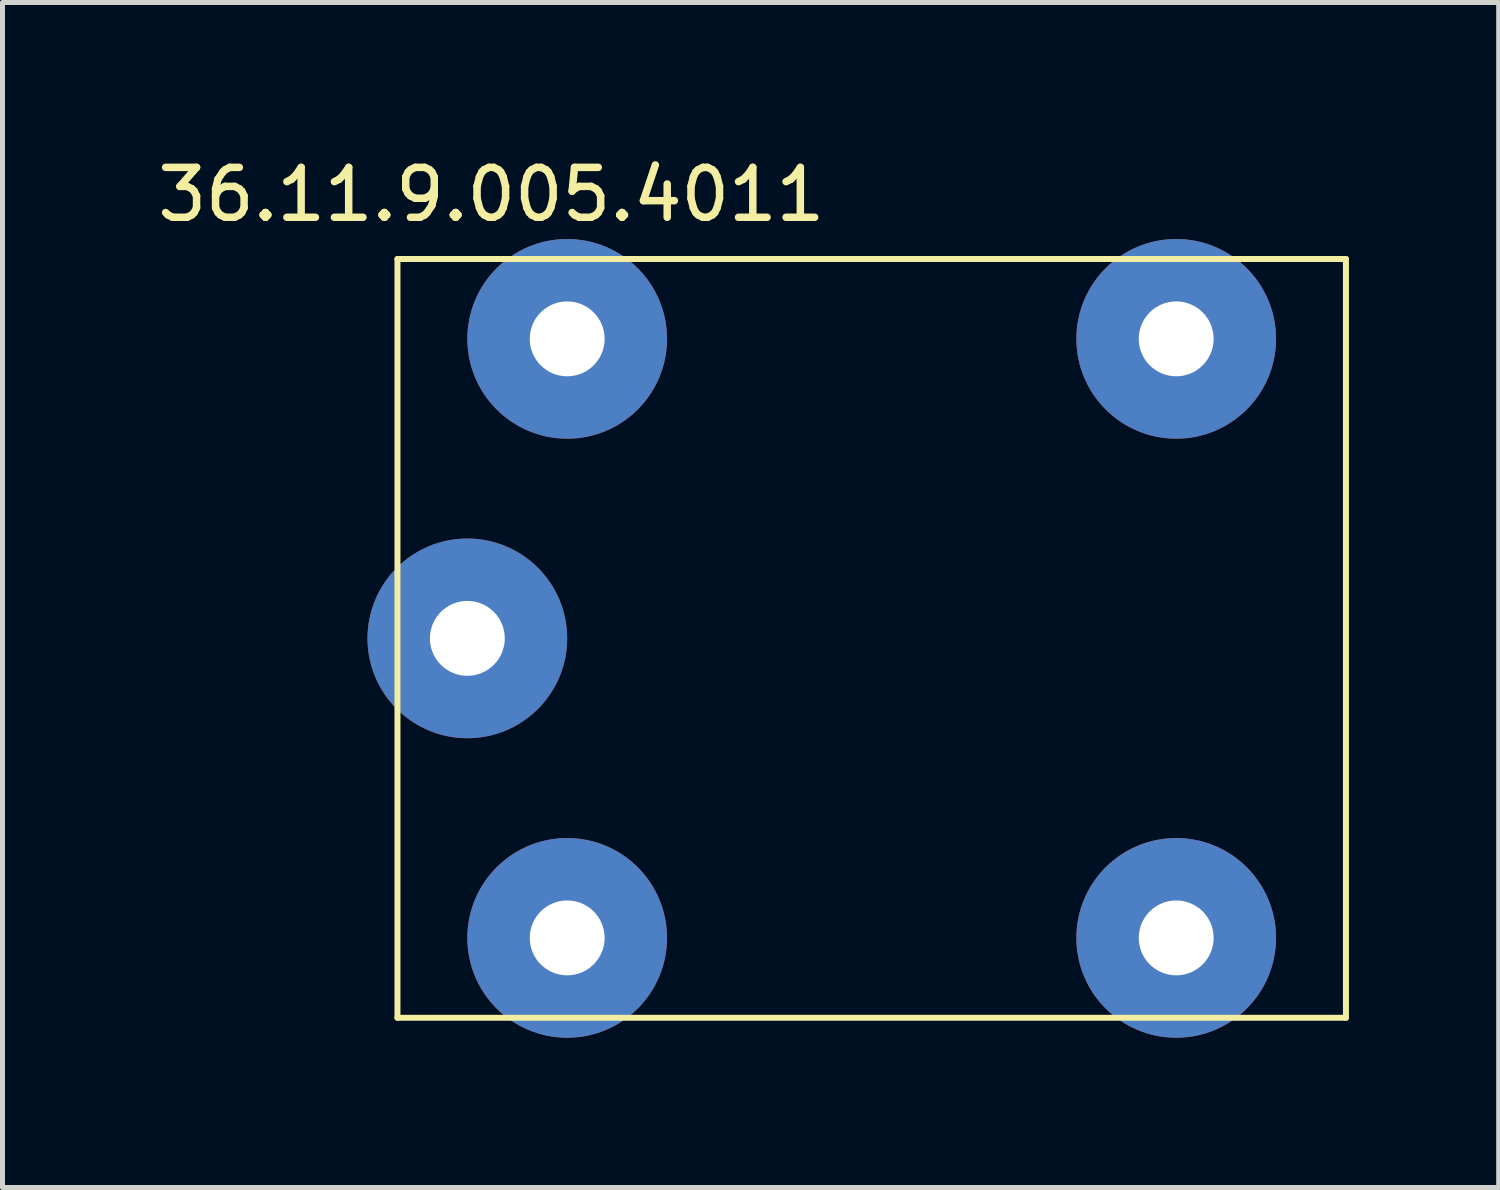
<source format=kicad_pcb>
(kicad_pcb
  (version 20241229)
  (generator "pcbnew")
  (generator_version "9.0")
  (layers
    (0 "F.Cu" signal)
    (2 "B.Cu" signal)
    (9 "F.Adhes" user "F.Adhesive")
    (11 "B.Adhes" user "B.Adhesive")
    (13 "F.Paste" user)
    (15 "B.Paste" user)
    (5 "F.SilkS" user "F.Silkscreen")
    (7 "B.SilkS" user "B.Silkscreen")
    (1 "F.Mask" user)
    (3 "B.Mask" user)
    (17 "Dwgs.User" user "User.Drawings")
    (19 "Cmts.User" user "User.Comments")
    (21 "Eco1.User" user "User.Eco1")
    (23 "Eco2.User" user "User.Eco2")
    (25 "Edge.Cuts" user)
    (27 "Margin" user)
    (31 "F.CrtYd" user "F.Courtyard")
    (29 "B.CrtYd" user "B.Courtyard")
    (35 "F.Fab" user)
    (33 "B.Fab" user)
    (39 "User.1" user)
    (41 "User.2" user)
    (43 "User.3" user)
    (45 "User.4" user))
  (footprint "36.11.9.005.4011"
    (layer "F.Cu")
    (at 14.412 9.738)
    (property "Reference" "36.11.9.005.4011" (at -7.62 -8.89 0) (layer "F.SilkS") (effects (font (size 1 1) (thickness 0.15))))
    (attr through_hole)
    (fp_line (start -9.5 7.6) (end -9.5 -7.6) (stroke (width 0.12) (type solid)) (layer "F.SilkS"))
    (fp_line (start 9.5 -7.6) (end -9.5 -7.6) (stroke (width 0.12) (type solid)) (layer "F.SilkS"))
    (fp_line (start 9.5 -7.6) (end 9.5 7.6) (stroke (width 0.12) (type solid)) (layer "F.SilkS"))
    (fp_line (start 9.5 7.6) (end -9.5 7.6) (stroke (width 0.12) (type solid)) (layer "F.SilkS"))
    (pad "11" thru_hole circle (at -8.1 0) (size 4 4) (drill 1.5) (layers "*.Cu" "*.Mask"))
    (pad "12" thru_hole circle (at 6.1 -6) (size 4 4) (drill 1.5) (layers "*.Cu" "*.Mask"))
    (pad "14" thru_hole circle (at 6.1 6) (size 4 4) (drill 1.5) (layers "*.Cu" "*.Mask"))
    (pad "A1" thru_hole circle (at -6.1 6) (size 4 4) (drill 1.5) (layers "*.Cu" "*.Mask"))
    (pad "A2" thru_hole circle (at -6.1 -6) (size 4 4) (drill 1.5) (layers "*.Cu" "*.Mask")))
  (gr_rect
    (start -3 -3)
    (end 26.972 20.738)
    (stroke (width 0.1) (type default))
    (fill no)
    (layer "Edge.Cuts")))
</source>
